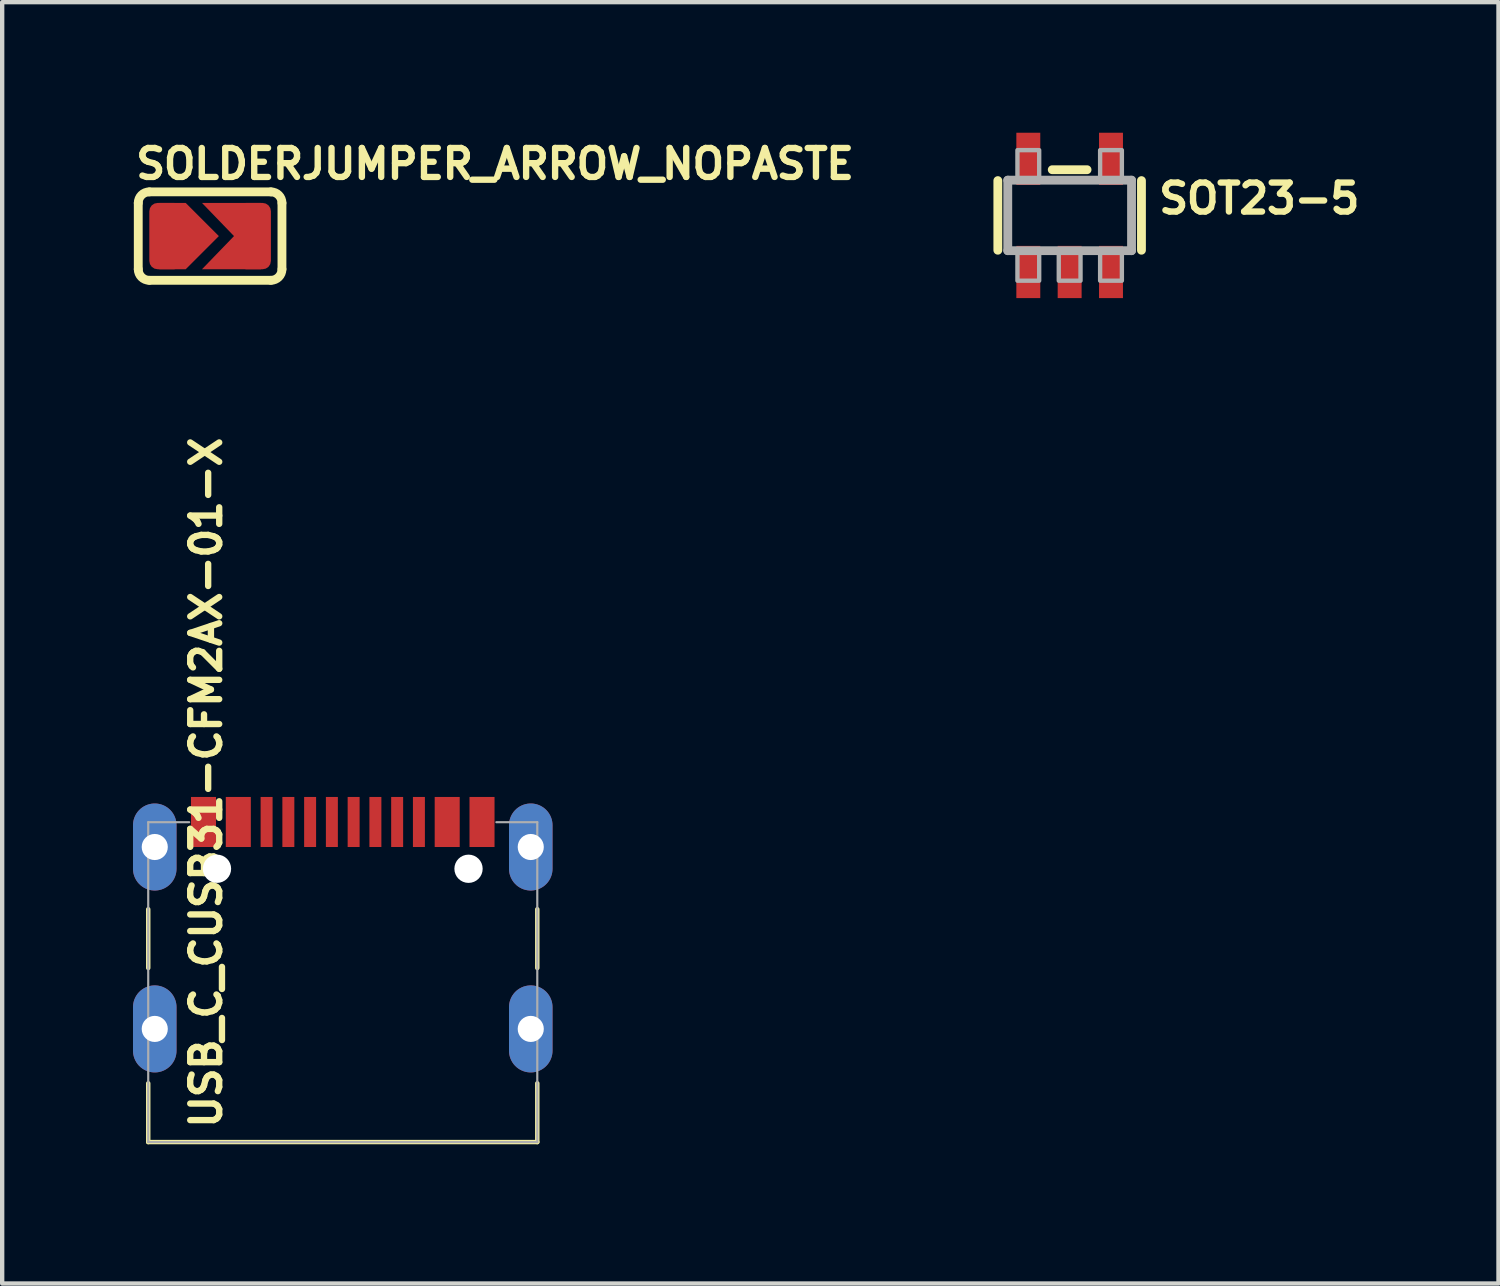
<source format=kicad_pcb>
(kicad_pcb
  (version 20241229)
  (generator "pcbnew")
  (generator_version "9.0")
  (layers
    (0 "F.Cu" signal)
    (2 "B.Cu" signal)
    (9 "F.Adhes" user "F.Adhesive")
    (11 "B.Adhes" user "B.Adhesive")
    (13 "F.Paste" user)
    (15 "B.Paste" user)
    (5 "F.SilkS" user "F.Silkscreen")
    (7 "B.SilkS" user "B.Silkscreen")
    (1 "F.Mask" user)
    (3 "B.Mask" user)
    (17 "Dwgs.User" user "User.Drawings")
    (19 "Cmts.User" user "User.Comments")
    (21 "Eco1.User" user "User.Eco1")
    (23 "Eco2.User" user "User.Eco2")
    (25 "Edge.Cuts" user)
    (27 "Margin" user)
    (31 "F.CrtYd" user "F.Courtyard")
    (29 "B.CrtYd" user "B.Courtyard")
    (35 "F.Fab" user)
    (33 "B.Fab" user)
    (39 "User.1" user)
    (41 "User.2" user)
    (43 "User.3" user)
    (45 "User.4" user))
  (footprint "USB_C_CUSB31-CFM2AX-01-X"
    (layer "F.Cu")
    (at 4.826 23.193)
    (property "Reference" "USB_C_CUSB31-CFM2AX-01-X" (at -2.75 -0.25 90) (layer "F.SilkS") (effects (font (size 0.666 0.666) (thickness 0.146)) (justify left bottom)))
    (fp_line (start -4.47 -4) (end -4.47 -5.35) (stroke (width 0.102) (type solid)) (layer "F.SilkS"))
    (fp_line (start -4.47 0) (end -4.47 -1.35) (stroke (width 0.102) (type solid)) (layer "F.SilkS"))
    (fp_line (start 4.47 -5.35) (end 4.47 -4) (stroke (width 0.102) (type solid)) (layer "F.SilkS"))
    (fp_line (start 4.47 -1.35) (end 4.47 0) (stroke (width 0.102) (type solid)) (layer "F.SilkS"))
    (fp_line (start 4.47 0) (end -4.47 0) (stroke (width 0.102) (type solid)) (layer "F.SilkS"))
    (fp_poly (pts (xy -4.169 -7.749) (xy -4.034 -7.68) (xy -3.928 -7.573) (xy -3.835 -7.29) (xy -3.835 -6.274) (xy -3.859 -6.125) (xy -3.928 -5.99) (xy -4.034 -5.883) (xy -4.318 -5.791) (xy -4.449 -5.809) (xy -4.572 -5.859) (xy -4.677 -5.94) (xy -4.758 -6.045) (xy -4.826 -6.299) (xy -4.826 -7.264) (xy -4.809 -7.396) (xy -4.758 -7.518) (xy -4.677 -7.624) (xy -4.572 -7.704) (xy -4.318 -7.772)) (stroke (width 0) (type default)) (fill yes) (layer "F.Paste"))
    (fp_poly (pts (xy -4.156 -3.57) (xy -4.022 -3.502) (xy -3.915 -3.395) (xy -3.823 -3.111) (xy -3.823 -2.095) (xy -3.846 -1.946) (xy -3.915 -1.812) (xy -4.022 -1.705) (xy -4.305 -1.613) (xy -4.437 -1.63) (xy -4.559 -1.681) (xy -4.665 -1.762) (xy -4.745 -1.867) (xy -4.813 -2.121) (xy -4.813 -3.086) (xy -4.796 -3.218) (xy -4.745 -3.34) (xy -4.665 -3.445) (xy -4.559 -3.526) (xy -4.305 -3.594)) (stroke (width 0) (type default)) (fill yes) (layer "F.Paste"))
    (fp_poly (pts (xy 4.48 -7.761) (xy 4.614 -7.693) (xy 4.721 -7.586) (xy 4.813 -7.303) (xy 4.813 -6.287) (xy 4.79 -6.137) (xy 4.721 -6.003) (xy 4.614 -5.896) (xy 4.331 -5.804) (xy 4.199 -5.821) (xy 4.077 -5.872) (xy 3.971 -5.953) (xy 3.891 -6.058) (xy 3.823 -6.312) (xy 3.823 -7.277) (xy 3.84 -7.409) (xy 3.891 -7.531) (xy 3.971 -7.636) (xy 4.077 -7.717) (xy 4.331 -7.785)) (stroke (width 0) (type default)) (fill yes) (layer "F.Paste"))
    (fp_poly (pts (xy 4.48 -3.57) (xy 4.614 -3.502) (xy 4.721 -3.395) (xy 4.813 -3.111) (xy 4.813 -2.095) (xy 4.79 -1.946) (xy 4.721 -1.812) (xy 4.614 -1.705) (xy 4.331 -1.613) (xy 4.199 -1.63) (xy 4.077 -1.681) (xy 3.971 -1.762) (xy 3.891 -1.867) (xy 3.823 -2.121) (xy 3.823 -3.086) (xy 3.84 -3.218) (xy 3.891 -3.34) (xy 3.971 -3.445) (xy 4.077 -3.526) (xy 4.331 -3.594)) (stroke (width 0) (type default)) (fill yes) (layer "F.Paste"))
    (fp_line (start -4.47 -7.35) (end -3.53 -7.35) (stroke (width 0.05) (type solid)) (layer "F.Fab"))
    (fp_line (start -4.47 0) (end -4.47 -7.35) (stroke (width 0.05) (type solid)) (layer "F.Fab"))
    (fp_line (start 3.53 -7.35) (end 4.47 -7.35) (stroke (width 0.05) (type solid)) (layer "F.Fab"))
    (fp_line (start 4.47 -7.35) (end 4.47 0) (stroke (width 0.05) (type solid)) (layer "F.Fab"))
    (fp_line (start 4.47 0) (end -4.47 0) (stroke (width 0.05) (type solid)) (layer "F.Fab"))
    (pad "" np_thru_hole circle (at -2.89 -6.28) (size 0.65 0.65) (drill 0.65) (layers "*.Cu" "*.Mask"))
    (pad "" np_thru_hole circle (at 2.89 -6.28) (size 0.65 0.65) (drill 0.65) (layers "*.Cu" "*.Mask"))
    (pad "A1B12" smd rect (at -3.2 -7.355) (size 0.575 1.15) (layers "F.Cu" "F.Mask" "F.Paste"))
    (pad "A4B9" smd rect (at -2.4 -7.355) (size 0.575 1.15) (layers "F.Cu" "F.Mask" "F.Paste"))
    (pad "A5" smd rect (at -1.25 -7.355) (size 0.275 1.15) (layers "F.Cu" "F.Mask" "F.Paste"))
    (pad "A6" smd rect (at -0.25 -7.355) (size 0.275 1.15) (layers "F.Cu" "F.Mask" "F.Paste"))
    (pad "A7" smd rect (at 0.25 -7.355) (size 0.275 1.15) (layers "F.Cu" "F.Mask" "F.Paste"))
    (pad "A8" smd rect (at 1.25 -7.355) (size 0.275 1.15) (layers "F.Cu" "F.Mask" "F.Paste"))
    (pad "B1A12" smd rect (at 3.2 -7.355) (size 0.575 1.15) (layers "F.Cu" "F.Mask" "F.Paste"))
    (pad "B4A9" smd rect (at 2.4 -7.355) (size 0.575 1.15) (layers "F.Cu" "F.Mask" "F.Paste"))
    (pad "B5" smd rect (at 1.75 -7.355) (size 0.275 1.15) (layers "F.Cu" "F.Mask" "F.Paste"))
    (pad "B6" smd rect (at 0.75 -7.355) (size 0.275 1.15) (layers "F.Cu" "F.Mask" "F.Paste"))
    (pad "B7" smd rect (at -0.75 -7.355) (size 0.275 1.15) (layers "F.Cu" "F.Mask" "F.Paste"))
    (pad "B8" smd rect (at -1.75 -7.355) (size 0.275 1.15) (layers "F.Cu" "F.Mask" "F.Paste"))
    (pad "M1" thru_hole oval (at -4.32 -6.78 90) (size 2 1) (drill 0.6) (layers "*.Cu" "*.Mask"))
    (pad "M2" thru_hole oval (at 4.32 -6.78 90) (size 2 1) (drill 0.6) (layers "*.Cu" "*.Mask"))
    (pad "M3" thru_hole oval (at -4.32 -2.6 90) (size 2 1) (drill 0.6) (layers "*.Cu" "*.Mask"))
    (pad "M4" thru_hole oval (at 4.32 -2.6 90) (size 2 1) (drill 0.6) (layers "*.Cu" "*.Mask")))
  (footprint "SOT23-5"
    (layer "F.Cu")
    (at 21.529 1.9)
    (property "Reference" "SOT23-5" (at 1.978 0 0) (layer "F.SilkS") (effects (font (size 0.666 0.666) (thickness 0.146)) (justify left bottom)))
    (fp_line (start -1.65 -0.8) (end -1.65 0.8) (stroke (width 0.203) (type solid)) (layer "F.SilkS"))
    (fp_line (start -0.4 -1.05) (end 0.4 -1.05) (stroke (width 0.203) (type solid)) (layer "F.SilkS"))
    (fp_line (start 1.65 -0.8) (end 1.65 0.8) (stroke (width 0.203) (type solid)) (layer "F.SilkS"))
    (fp_line (start -1.422 -0.81) (end 1.422 -0.81) (stroke (width 0.203) (type solid)) (layer "F.Fab"))
    (fp_line (start -1.422 0.81) (end -1.422 -0.81) (stroke (width 0.203) (type solid)) (layer "F.Fab"))
    (fp_line (start 1.422 -0.81) (end 1.422 0.81) (stroke (width 0.203) (type solid)) (layer "F.Fab"))
    (fp_line (start 1.422 0.81) (end -1.422 0.81) (stroke (width 0.203) (type solid)) (layer "F.Fab"))
    (fp_poly (pts (xy -1.2 -0.85) (xy -0.7 -0.85) (xy -0.7 -1.5) (xy -1.2 -1.5)) (stroke (width 0.1) (type default)) (fill no) (layer "F.Fab"))
    (fp_poly (pts (xy -1.2 1.5) (xy -0.7 1.5) (xy -0.7 0.85) (xy -1.2 0.85)) (stroke (width 0.1) (type default)) (fill no) (layer "F.Fab"))
    (fp_poly (pts (xy -0.25 1.5) (xy 0.25 1.5) (xy 0.25 0.85) (xy -0.25 0.85)) (stroke (width 0.1) (type default)) (fill no) (layer "F.Fab"))
    (fp_poly (pts (xy 0.7 -0.85) (xy 1.2 -0.85) (xy 1.2 -1.5) (xy 0.7 -1.5)) (stroke (width 0.1) (type default)) (fill no) (layer "F.Fab"))
    (fp_poly (pts (xy 0.7 1.5) (xy 1.2 1.5) (xy 1.2 0.85) (xy 0.7 0.85)) (stroke (width 0.1) (type default)) (fill no) (layer "F.Fab"))
    (pad "1" smd rect (at -0.95 1.3) (size 0.55 1.2) (layers "F.Cu" "F.Mask" "F.Paste"))
    (pad "2" smd rect (at 0 1.3) (size 0.55 1.2) (layers "F.Cu" "F.Mask" "F.Paste"))
    (pad "3" smd rect (at 0.95 1.3) (size 0.55 1.2) (layers "F.Cu" "F.Mask" "F.Paste"))
    (pad "4" smd rect (at 0.95 -1.3) (size 0.55 1.2) (layers "F.Cu" "F.Mask" "F.Paste"))
    (pad "5" smd rect (at -0.95 -1.3) (size 0.55 1.2) (layers "F.Cu" "F.Mask" "F.Paste")))
  (footprint "SOLDERJUMPER_ARROW_NOPASTE"
    (layer "F.Cu")
    (at 1.778 2.375)
    (property "Reference" "SOLDERJUMPER_ARROW_NOPASTE" (at -1.778 -1.27 0) (layer "F.SilkS") (effects (font (size 0.666 0.666) (thickness 0.146)) (justify left bottom)))
    (fp_poly (pts (xy 0.201 0) (xy -0.561 0.762) (xy -1.168 0.762) (xy -1.168 -0.762) (xy -0.561 -0.762)) (stroke (width 0) (type default)) (fill yes) (layer "F.Cu"))
    (fp_poly (pts (xy 1.168 0.762) (xy -0.187 0.762) (xy 0.549 0) (xy -0.187 -0.762) (xy 1.168 -0.762)) (stroke (width 0) (type default)) (fill yes) (layer "F.Cu"))
    (fp_poly (pts (xy -1.46 0.826) (xy 1.46 0.826) (xy 1.46 -0.826) (xy -1.46 -0.826)) (stroke (width 0) (type default)) (fill yes) (layer "F.Mask"))
    (fp_line (start -1.651 0.762) (end -1.651 -0.762) (stroke (width 0.203) (type solid)) (layer "F.SilkS"))
    (fp_line (start -1.397 -1.016) (end 1.397 -1.016) (stroke (width 0.203) (type solid)) (layer "F.SilkS"))
    (fp_line (start 1.397 1.016) (end -1.397 1.016) (stroke (width 0.203) (type solid)) (layer "F.SilkS"))
    (fp_line (start 1.651 0.762) (end 1.651 -0.762) (stroke (width 0.203) (type solid)) (layer "F.SilkS"))
    (fp_arc (start -1.651 -0.762) (mid -1.576605 -0.941605) (end -1.397 -1.016) (stroke (width 0.2032) (type solid)) (layer "F.SilkS"))
    (fp_arc (start -1.397 1.016) (mid -1.576605 0.941605) (end -1.651 0.762) (stroke (width 0.2032) (type solid)) (layer "F.SilkS"))
    (fp_arc (start 1.397 -1.016) (mid 1.576605 -0.941605) (end 1.651 -0.762) (stroke (width 0.2032) (type solid)) (layer "F.SilkS"))
    (fp_arc (start 1.651 0.762) (mid 1.576605 0.941605) (end 1.397 1.016) (stroke (width 0.2032) (type solid)) (layer "F.SilkS"))
    (pad "1" smd roundrect (at -1.016 0) (size 0.762 1.524) (layers "F.Cu") (roundrect_rratio 0.25))
    (pad "2" smd roundrect (at 1.016 0) (size 0.762 1.524) (layers "F.Cu") (roundrect_rratio 0.25)))
  (gr_rect
    (start -3 -3)
    (end 31.383 26.443)
    (stroke (width 0.1) (type default))
    (fill no)
    (layer "Edge.Cuts")))
</source>
